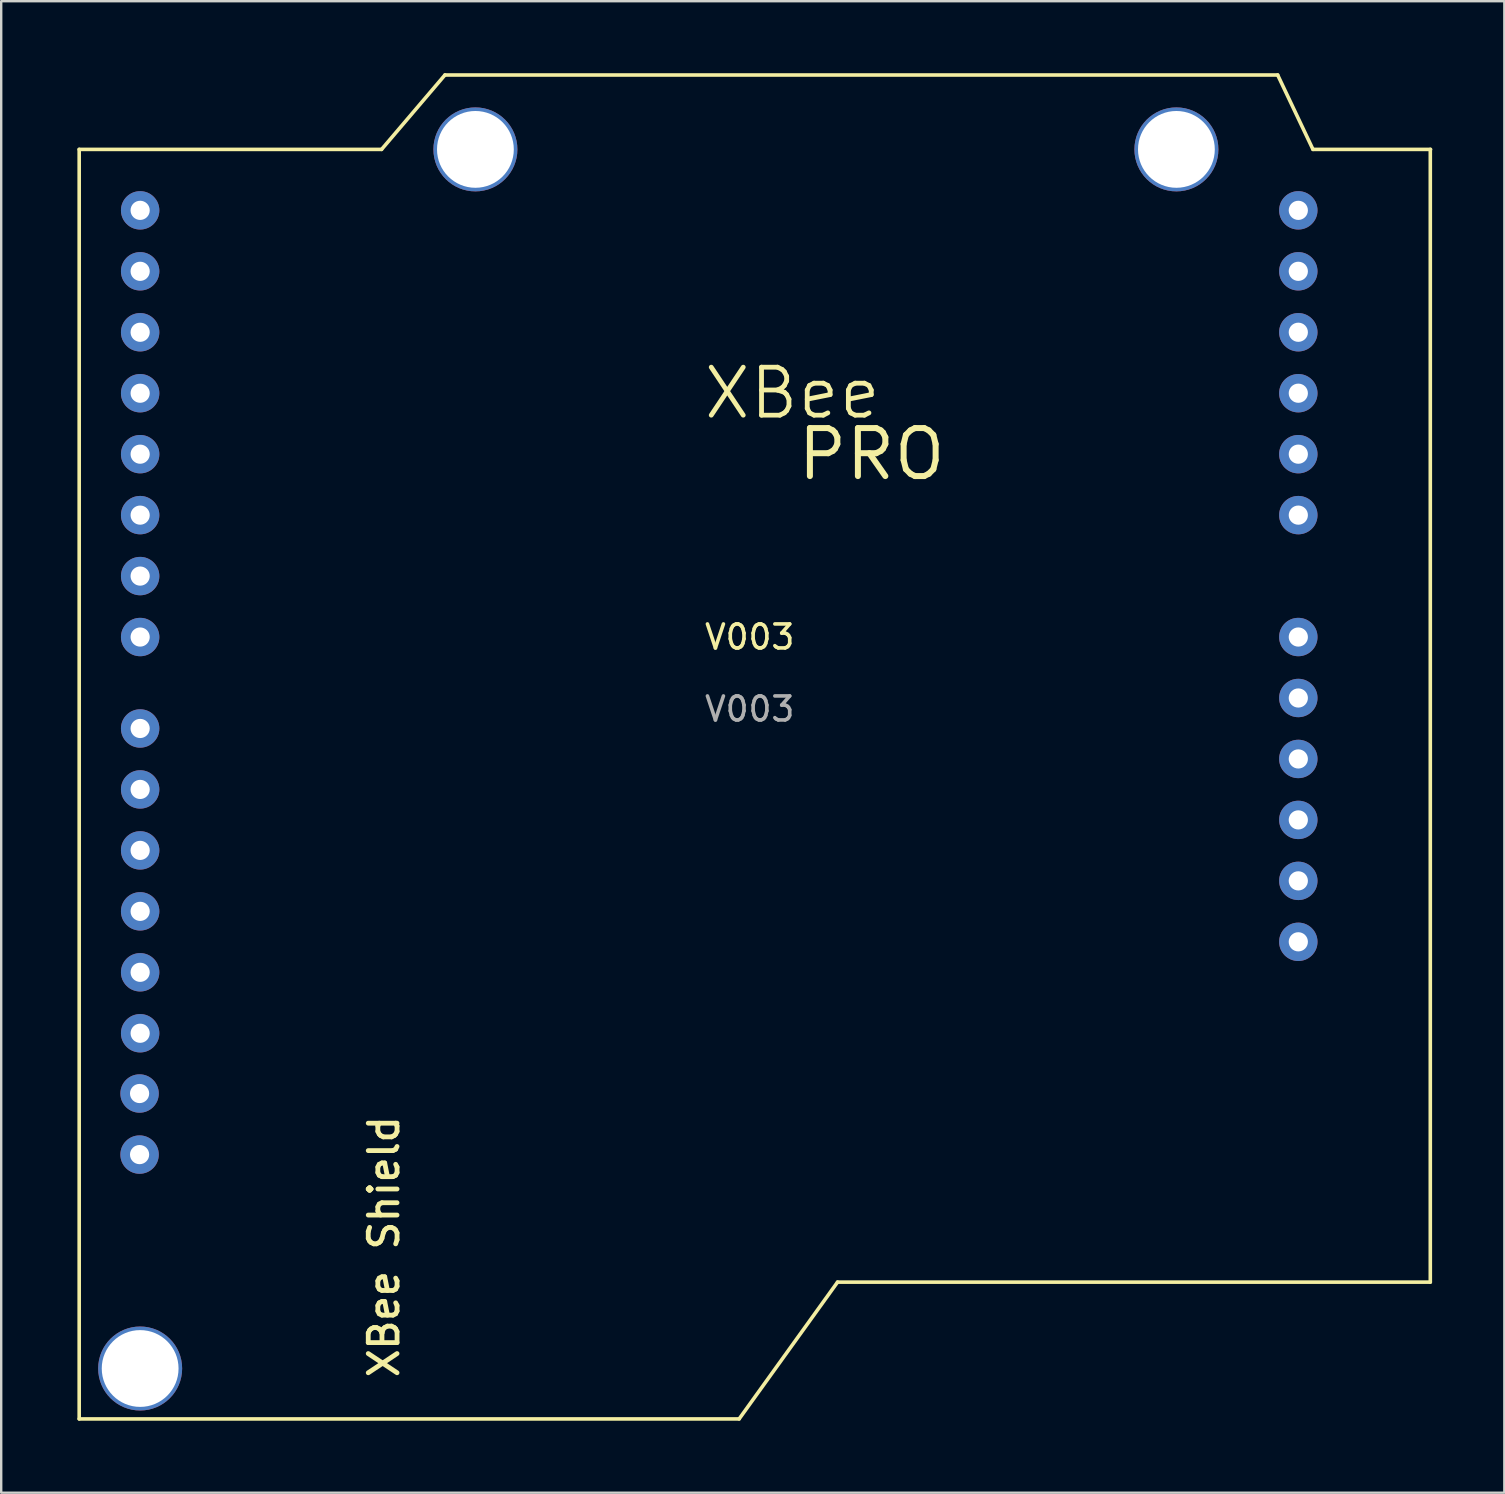
<source format=kicad_pcb>
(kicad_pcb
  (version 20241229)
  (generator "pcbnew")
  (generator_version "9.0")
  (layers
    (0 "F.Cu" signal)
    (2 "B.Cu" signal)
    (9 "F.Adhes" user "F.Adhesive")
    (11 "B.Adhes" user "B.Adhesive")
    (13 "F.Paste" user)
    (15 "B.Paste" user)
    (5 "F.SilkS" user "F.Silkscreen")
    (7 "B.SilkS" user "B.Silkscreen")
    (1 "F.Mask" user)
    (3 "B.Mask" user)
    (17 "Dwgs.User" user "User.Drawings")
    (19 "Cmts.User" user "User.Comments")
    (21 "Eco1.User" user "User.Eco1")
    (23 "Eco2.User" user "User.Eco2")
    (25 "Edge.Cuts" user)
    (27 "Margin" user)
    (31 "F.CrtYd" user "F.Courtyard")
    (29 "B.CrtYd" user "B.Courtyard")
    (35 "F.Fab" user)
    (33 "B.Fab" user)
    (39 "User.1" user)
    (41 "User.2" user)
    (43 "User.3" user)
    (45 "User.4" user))
  (footprint "V003"
    (layer "F.Cu")
    (at 0.25 3.175)
    (property "Reference" "V003" (at 27.94 20.32 0) (unlocked yes) (layer "F.SilkS") (effects (font (size 1 1) (thickness 0.15))))
    (attr smd)
    (fp_line (start 0 0) (end 0 52.9) (stroke (width 0.15) (type solid)) (layer "F.SilkS"))
    (fp_line (start 0 0) (end 12.6 0) (stroke (width 0.15) (type solid)) (layer "F.SilkS"))
    (fp_line (start 0 52.9) (end 27.5 52.9) (stroke (width 0.15) (type solid)) (layer "F.SilkS"))
    (fp_line (start 12.6 0) (end 15.24 -3.1) (stroke (width 0.15) (type solid)) (layer "F.SilkS"))
    (fp_line (start 15.24 -3.1) (end 49.94 -3.1) (stroke (width 0.15) (type solid)) (layer "F.SilkS"))
    (fp_line (start 27.5 52.9) (end 31.6 47.2) (stroke (width 0.15) (type solid)) (layer "F.SilkS"))
    (fp_line (start 49.94 -3.1) (end 51.41 0) (stroke (width 0.15) (type solid)) (layer "F.SilkS"))
    (fp_line (start 56.3 47.2) (end 31.6 47.2) (stroke (width 0.15) (type solid)) (layer "F.SilkS"))
    (fp_line (start 56.3 47.2) (end 56.3 0) (stroke (width 0.15) (type solid)) (layer "F.SilkS"))
    (fp_line (start 56.31 0) (end 51.41 0) (stroke (width 0.15) (type solid)) (layer "F.SilkS"))
    (fp_text user "XBee Shield" (at 12.7 45.72 90) (unlocked yes) (layer "F.SilkS") (effects (font (size 1.2 1.2) (thickness 0.2))))
    (fp_text user "PRO" (at 33.02 12.7 0) (layer "F.SilkS") (effects (font (size 2 2) (thickness 0.25))))
    (fp_text user "XBee " (at 30.48 10.16 0) (layer "F.SilkS") (effects (font (size 2 2) (thickness 0.2))))
    (fp_text user "${REFERENCE}" (at 27.94 23.32 0) (unlocked yes) (layer "F.Fab") (effects (font (size 1 1) (thickness 0.15))))
    (pad "" thru_hole circle (at 2.54 50.8) (size 3.5 3.5) (drill 3.2) (layers "*.Cu" "*.Mask"))
    (pad "" thru_hole circle (at 16.51 0) (size 3.5 3.5) (drill 3.2) (layers "*.Cu" "*.Mask"))
    (pad "" thru_hole circle (at 45.72 0) (size 3.5 3.5) (drill 3.2) (layers "*.Cu" "*.Mask"))
    (pad "1" thru_hole oval (at 2.54 2.54) (size 1.6 1.6) (drill 0.8) (layers "*.Cu" "*.Mask"))
    (pad "1" thru_hole oval (at 2.54 24.13) (size 1.6 1.6) (drill 0.8) (layers "*.Cu" "*.Mask"))
    (pad "1" thru_hole oval (at 50.8 2.54) (size 1.6 1.6) (drill 0.8) (layers "*.Cu" "*.Mask"))
    (pad "1" thru_hole oval (at 50.8 20.32) (size 1.6 1.6) (drill 0.8) (layers "*.Cu" "*.Mask"))
    (pad "2" thru_hole oval (at 2.54 5.08) (size 1.6 1.6) (drill 0.8) (layers "*.Cu" "*.Mask"))
    (pad "2" thru_hole oval (at 2.54 26.67) (size 1.6 1.6) (drill 0.8) (layers "*.Cu" "*.Mask"))
    (pad "2" thru_hole oval (at 50.8 5.08) (size 1.6 1.6) (drill 0.8) (layers "*.Cu" "*.Mask"))
    (pad "2" thru_hole oval (at 50.8 22.86) (size 1.6 1.6) (drill 0.8) (layers "*.Cu" "*.Mask"))
    (pad "3" thru_hole oval (at 2.54 7.62) (size 1.6 1.6) (drill 0.8) (layers "*.Cu" "*.Mask"))
    (pad "3" thru_hole oval (at 2.54 29.21) (size 1.6 1.6) (drill 0.8) (layers "*.Cu" "*.Mask"))
    (pad "3" thru_hole oval (at 50.8 7.62) (size 1.6 1.6) (drill 0.8) (layers "*.Cu" "*.Mask"))
    (pad "3" thru_hole oval (at 50.8 25.4) (size 1.6 1.6) (drill 0.8) (layers "*.Cu" "*.Mask"))
    (pad "4" thru_hole oval (at 2.54 10.16) (size 1.6 1.6) (drill 0.8) (layers "*.Cu" "*.Mask"))
    (pad "4" thru_hole oval (at 2.54 31.75) (size 1.6 1.6) (drill 0.8) (layers "*.Cu" "*.Mask"))
    (pad "4" thru_hole oval (at 50.8 10.16) (size 1.6 1.6) (drill 0.8) (layers "*.Cu" "*.Mask"))
    (pad "4" thru_hole oval (at 50.8 27.94) (size 1.6 1.6) (drill 0.8) (layers "*.Cu" "*.Mask"))
    (pad "5" thru_hole oval (at 2.54 12.7) (size 1.6 1.6) (drill 0.8) (layers "*.Cu" "*.Mask"))
    (pad "5" thru_hole oval (at 2.54 34.29) (size 1.6 1.6) (drill 0.8) (layers "*.Cu" "*.Mask"))
    (pad "5" thru_hole oval (at 50.8 12.7) (size 1.6 1.6) (drill 0.8) (layers "*.Cu" "*.Mask"))
    (pad "5" thru_hole oval (at 50.8 30.48) (size 1.6 1.6) (drill 0.8) (layers "*.Cu" "*.Mask"))
    (pad "6" thru_hole oval (at 2.54 15.24) (size 1.6 1.6) (drill 0.8) (layers "*.Cu" "*.Mask"))
    (pad "6" thru_hole oval (at 2.54 36.83) (size 1.6 1.6) (drill 0.8) (layers "*.Cu" "*.Mask"))
    (pad "6" thru_hole oval (at 50.8 15.24) (size 1.6 1.6) (drill 0.8) (layers "*.Cu" "*.Mask"))
    (pad "6" thru_hole oval (at 50.8 33.02) (size 1.6 1.6) (drill 0.8) (layers "*.Cu" "*.Mask"))
    (pad "7" thru_hole oval (at 2.516 39.341) (size 1.6 1.6) (drill 0.8) (layers "*.Cu" "*.Mask"))
    (pad "7" thru_hole oval (at 2.54 17.78) (size 1.6 1.6) (drill 0.8) (layers "*.Cu" "*.Mask"))
    (pad "8" thru_hole oval (at 2.516 41.886) (size 1.6 1.6) (drill 0.8) (layers "*.Cu" "*.Mask"))
    (pad "8" thru_hole oval (at 2.54 20.32) (size 1.6 1.6) (drill 0.8) (layers "*.Cu" "*.Mask")))
  (gr_rect
    (start -3 -3)
    (end 59.635 59.15)
    (stroke (width 0.1) (type default))
    (fill no)
    (layer "Edge.Cuts")))
</source>
